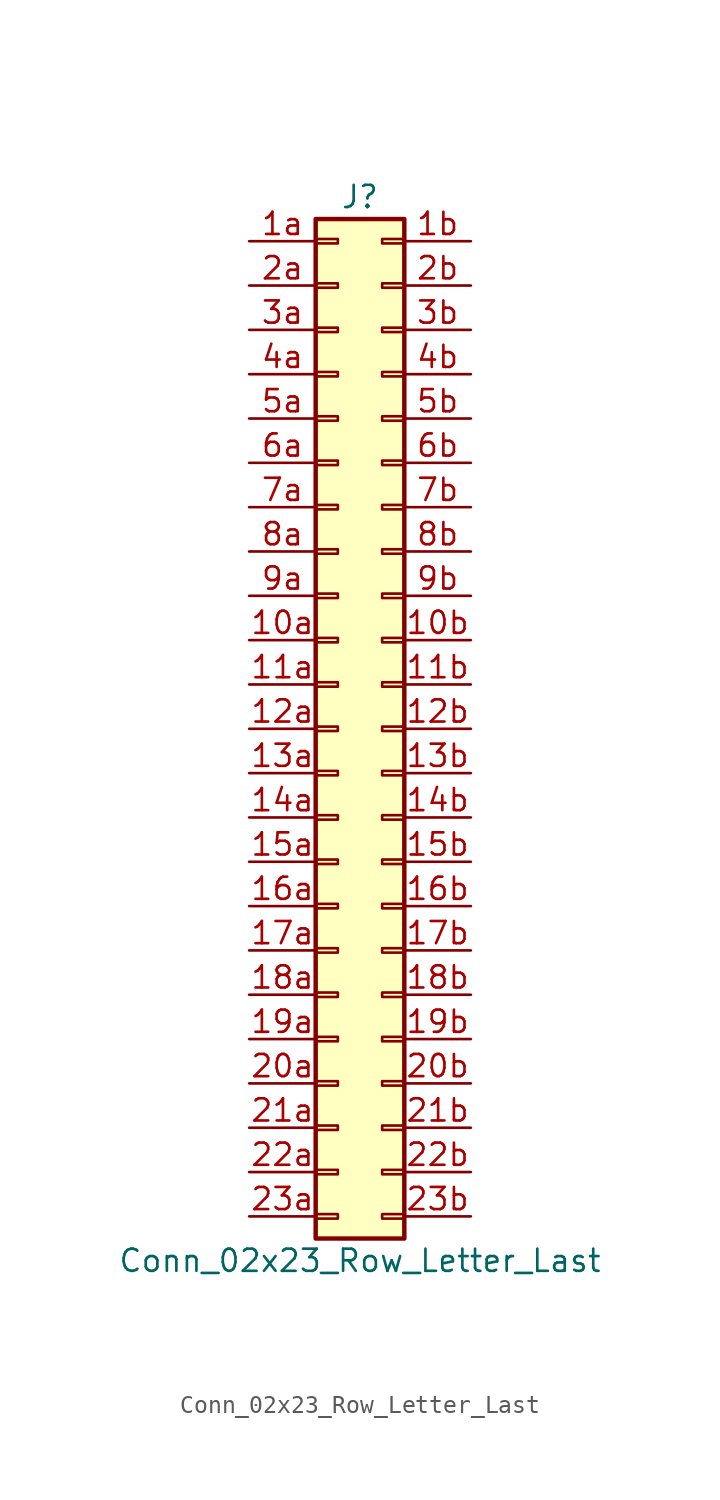
<source format=kicad_sym>
(kicad_symbol_lib
  (version 20211014)
  (generator kicad_symbol_editor)
  (symbol "Conn_02x23_Row_Letter_Last"
    (pin_names
      (offset 1.016) hide)
    (property "Reference" "J"
      (at 1.27 30.48 0)
      (effects (font (size 1.27 1.27))))
    (property "Value" "Conn_02x23_Row_Letter_Last"
      (at 1.27 -30.48 0)
      (effects (font (size 1.27 1.27))))
    (symbol "Conn_02x23_Row_Letter_Last_1_1"
      (rectangle (start -1.27 -27.813) (end 0 -28.067) (stroke (width 0.152) (type default) (color 0 0 0 0)) (fill (type none)))
      (rectangle (start -1.27 -25.273) (end 0 -25.527) (stroke (width 0.152) (type default) (color 0 0 0 0)) (fill (type none)))
      (rectangle (start -1.27 -22.733) (end 0 -22.987) (stroke (width 0.152) (type default) (color 0 0 0 0)) (fill (type none)))
      (rectangle (start -1.27 -20.193) (end 0 -20.447) (stroke (width 0.152) (type default) (color 0 0 0 0)) (fill (type none)))
      (rectangle (start -1.27 -17.653) (end 0 -17.907) (stroke (width 0.152) (type default) (color 0 0 0 0)) (fill (type none)))
      (rectangle (start -1.27 -15.113) (end 0 -15.367) (stroke (width 0.152) (type default) (color 0 0 0 0)) (fill (type none)))
      (rectangle (start -1.27 -12.573) (end 0 -12.827) (stroke (width 0.152) (type default) (color 0 0 0 0)) (fill (type none)))
      (rectangle (start -1.27 -10.033) (end 0 -10.287) (stroke (width 0.152) (type default) (color 0 0 0 0)) (fill (type none)))
      (rectangle (start -1.27 -7.493) (end 0 -7.747) (stroke (width 0.152) (type default) (color 0 0 0 0)) (fill (type none)))
      (rectangle (start -1.27 -4.953) (end 0 -5.207) (stroke (width 0.152) (type default) (color 0 0 0 0)) (fill (type none)))
      (rectangle (start -1.27 -2.413) (end 0 -2.667) (stroke (width 0.152) (type default) (color 0 0 0 0)) (fill (type none)))
      (rectangle (start -1.27 0.127) (end 0 -0.127) (stroke (width 0.152) (type default) (color 0 0 0 0)) (fill (type none)))
      (rectangle (start -1.27 2.667) (end 0 2.413) (stroke (width 0.152) (type default) (color 0 0 0 0)) (fill (type none)))
      (rectangle (start -1.27 5.207) (end 0 4.953) (stroke (width 0.152) (type default) (color 0 0 0 0)) (fill (type none)))
      (rectangle (start -1.27 7.747) (end 0 7.493) (stroke (width 0.152) (type default) (color 0 0 0 0)) (fill (type none)))
      (rectangle (start -1.27 10.287) (end 0 10.033) (stroke (width 0.152) (type default) (color 0 0 0 0)) (fill (type none)))
      (rectangle (start -1.27 12.827) (end 0 12.573) (stroke (width 0.152) (type default) (color 0 0 0 0)) (fill (type none)))
      (rectangle (start -1.27 15.367) (end 0 15.113) (stroke (width 0.152) (type default) (color 0 0 0 0)) (fill (type none)))
      (rectangle (start -1.27 17.907) (end 0 17.653) (stroke (width 0.152) (type default) (color 0 0 0 0)) (fill (type none)))
      (rectangle (start -1.27 20.447) (end 0 20.193) (stroke (width 0.152) (type default) (color 0 0 0 0)) (fill (type none)))
      (rectangle (start -1.27 22.987) (end 0 22.733) (stroke (width 0.152) (type default) (color 0 0 0 0)) (fill (type none)))
      (rectangle (start -1.27 25.527) (end 0 25.273) (stroke (width 0.152) (type default) (color 0 0 0 0)) (fill (type none)))
      (rectangle (start -1.27 28.067) (end 0 27.813) (stroke (width 0.152) (type default) (color 0 0 0 0)) (fill (type none)))
      (rectangle (start -1.27 29.21) (end 3.81 -29.21) (stroke (width 0.254) (type default) (color 0 0 0 0)) (fill (type background)))
      (rectangle (start 3.81 -27.813) (end 2.54 -28.067) (stroke (width 0.152) (type default) (color 0 0 0 0)) (fill (type none)))
      (rectangle (start 3.81 -25.273) (end 2.54 -25.527) (stroke (width 0.152) (type default) (color 0 0 0 0)) (fill (type none)))
      (rectangle (start 3.81 -22.733) (end 2.54 -22.987) (stroke (width 0.152) (type default) (color 0 0 0 0)) (fill (type none)))
      (rectangle (start 3.81 -20.193) (end 2.54 -20.447) (stroke (width 0.152) (type default) (color 0 0 0 0)) (fill (type none)))
      (rectangle (start 3.81 -17.653) (end 2.54 -17.907) (stroke (width 0.152) (type default) (color 0 0 0 0)) (fill (type none)))
      (rectangle (start 3.81 -15.113) (end 2.54 -15.367) (stroke (width 0.152) (type default) (color 0 0 0 0)) (fill (type none)))
      (rectangle (start 3.81 -12.573) (end 2.54 -12.827) (stroke (width 0.152) (type default) (color 0 0 0 0)) (fill (type none)))
      (rectangle (start 3.81 -10.033) (end 2.54 -10.287) (stroke (width 0.152) (type default) (color 0 0 0 0)) (fill (type none)))
      (rectangle (start 3.81 -7.493) (end 2.54 -7.747) (stroke (width 0.152) (type default) (color 0 0 0 0)) (fill (type none)))
      (rectangle (start 3.81 -4.953) (end 2.54 -5.207) (stroke (width 0.152) (type default) (color 0 0 0 0)) (fill (type none)))
      (rectangle (start 3.81 -2.413) (end 2.54 -2.667) (stroke (width 0.152) (type default) (color 0 0 0 0)) (fill (type none)))
      (rectangle (start 3.81 0.127) (end 2.54 -0.127) (stroke (width 0.152) (type default) (color 0 0 0 0)) (fill (type none)))
      (rectangle (start 3.81 2.667) (end 2.54 2.413) (stroke (width 0.152) (type default) (color 0 0 0 0)) (fill (type none)))
      (rectangle (start 3.81 5.207) (end 2.54 4.953) (stroke (width 0.152) (type default) (color 0 0 0 0)) (fill (type none)))
      (rectangle (start 3.81 7.747) (end 2.54 7.493) (stroke (width 0.152) (type default) (color 0 0 0 0)) (fill (type none)))
      (rectangle (start 3.81 10.287) (end 2.54 10.033) (stroke (width 0.152) (type default) (color 0 0 0 0)) (fill (type none)))
      (rectangle (start 3.81 12.827) (end 2.54 12.573) (stroke (width 0.152) (type default) (color 0 0 0 0)) (fill (type none)))
      (rectangle (start 3.81 15.367) (end 2.54 15.113) (stroke (width 0.152) (type default) (color 0 0 0 0)) (fill (type none)))
      (rectangle (start 3.81 17.907) (end 2.54 17.653) (stroke (width 0.152) (type default) (color 0 0 0 0)) (fill (type none)))
      (rectangle (start 3.81 20.447) (end 2.54 20.193) (stroke (width 0.152) (type default) (color 0 0 0 0)) (fill (type none)))
      (rectangle (start 3.81 22.987) (end 2.54 22.733) (stroke (width 0.152) (type default) (color 0 0 0 0)) (fill (type none)))
      (rectangle (start 3.81 25.527) (end 2.54 25.273) (stroke (width 0.152) (type default) (color 0 0 0 0)) (fill (type none)))
      (rectangle (start 3.81 28.067) (end 2.54 27.813) (stroke (width 0.152) (type default) (color 0 0 0 0)) (fill (type none)))
      (pin passive line (at -5.08 5.08 0) (length 3.81) (name "Pin_10a" (effects (font (size 1.27 1.27)))) (number "10a" (effects (font (size 1.27 1.27)))))
      (pin passive line (at 7.62 5.08 180) (length 3.81) (name "Pin_10b" (effects (font (size 1.27 1.27)))) (number "10b" (effects (font (size 1.27 1.27)))))
      (pin passive line (at -5.08 2.54 0) (length 3.81) (name "Pin_11a" (effects (font (size 1.27 1.27)))) (number "11a" (effects (font (size 1.27 1.27)))))
      (pin passive line (at 7.62 2.54 180) (length 3.81) (name "Pin_11b" (effects (font (size 1.27 1.27)))) (number "11b" (effects (font (size 1.27 1.27)))))
      (pin passive line (at -5.08 0 0) (length 3.81) (name "Pin_12a" (effects (font (size 1.27 1.27)))) (number "12a" (effects (font (size 1.27 1.27)))))
      (pin passive line (at 7.62 0 180) (length 3.81) (name "Pin_12b" (effects (font (size 1.27 1.27)))) (number "12b" (effects (font (size 1.27 1.27)))))
      (pin passive line (at -5.08 -2.54 0) (length 3.81) (name "Pin_13a" (effects (font (size 1.27 1.27)))) (number "13a" (effects (font (size 1.27 1.27)))))
      (pin passive line (at 7.62 -2.54 180) (length 3.81) (name "Pin_13b" (effects (font (size 1.27 1.27)))) (number "13b" (effects (font (size 1.27 1.27)))))
      (pin passive line (at -5.08 -5.08 0) (length 3.81) (name "Pin_14a" (effects (font (size 1.27 1.27)))) (number "14a" (effects (font (size 1.27 1.27)))))
      (pin passive line (at 7.62 -5.08 180) (length 3.81) (name "Pin_14b" (effects (font (size 1.27 1.27)))) (number "14b" (effects (font (size 1.27 1.27)))))
      (pin passive line (at -5.08 -7.62 0) (length 3.81) (name "Pin_15a" (effects (font (size 1.27 1.27)))) (number "15a" (effects (font (size 1.27 1.27)))))
      (pin passive line (at 7.62 -7.62 180) (length 3.81) (name "Pin_15b" (effects (font (size 1.27 1.27)))) (number "15b" (effects (font (size 1.27 1.27)))))
      (pin passive line (at -5.08 -10.16 0) (length 3.81) (name "Pin_16a" (effects (font (size 1.27 1.27)))) (number "16a" (effects (font (size 1.27 1.27)))))
      (pin passive line (at 7.62 -10.16 180) (length 3.81) (name "Pin_16b" (effects (font (size 1.27 1.27)))) (number "16b" (effects (font (size 1.27 1.27)))))
      (pin passive line (at -5.08 -12.7 0) (length 3.81) (name "Pin_17a" (effects (font (size 1.27 1.27)))) (number "17a" (effects (font (size 1.27 1.27)))))
      (pin passive line (at 7.62 -12.7 180) (length 3.81) (name "Pin_17b" (effects (font (size 1.27 1.27)))) (number "17b" (effects (font (size 1.27 1.27)))))
      (pin passive line (at -5.08 -15.24 0) (length 3.81) (name "Pin_18a" (effects (font (size 1.27 1.27)))) (number "18a" (effects (font (size 1.27 1.27)))))
      (pin passive line (at 7.62 -15.24 180) (length 3.81) (name "Pin_18b" (effects (font (size 1.27 1.27)))) (number "18b" (effects (font (size 1.27 1.27)))))
      (pin passive line (at -5.08 -17.78 0) (length 3.81) (name "Pin_19a" (effects (font (size 1.27 1.27)))) (number "19a" (effects (font (size 1.27 1.27)))))
      (pin passive line (at 7.62 -17.78 180) (length 3.81) (name "Pin_19b" (effects (font (size 1.27 1.27)))) (number "19b" (effects (font (size 1.27 1.27)))))
      (pin passive line (at -5.08 27.94 0) (length 3.81) (name "Pin_1a" (effects (font (size 1.27 1.27)))) (number "1a" (effects (font (size 1.27 1.27)))))
      (pin passive line (at 7.62 27.94 180) (length 3.81) (name "Pin_1b" (effects (font (size 1.27 1.27)))) (number "1b" (effects (font (size 1.27 1.27)))))
      (pin passive line (at -5.08 -20.32 0) (length 3.81) (name "Pin_20a" (effects (font (size 1.27 1.27)))) (number "20a" (effects (font (size 1.27 1.27)))))
      (pin passive line (at 7.62 -20.32 180) (length 3.81) (name "Pin_20b" (effects (font (size 1.27 1.27)))) (number "20b" (effects (font (size 1.27 1.27)))))
      (pin passive line (at -5.08 -22.86 0) (length 3.81) (name "Pin_21a" (effects (font (size 1.27 1.27)))) (number "21a" (effects (font (size 1.27 1.27)))))
      (pin passive line (at 7.62 -22.86 180) (length 3.81) (name "Pin_21b" (effects (font (size 1.27 1.27)))) (number "21b" (effects (font (size 1.27 1.27)))))
      (pin passive line (at -5.08 -25.4 0) (length 3.81) (name "Pin_22a" (effects (font (size 1.27 1.27)))) (number "22a" (effects (font (size 1.27 1.27)))))
      (pin passive line (at 7.62 -25.4 180) (length 3.81) (name "Pin_22b" (effects (font (size 1.27 1.27)))) (number "22b" (effects (font (size 1.27 1.27)))))
      (pin passive line (at -5.08 -27.94 0) (length 3.81) (name "Pin_23a" (effects (font (size 1.27 1.27)))) (number "23a" (effects (font (size 1.27 1.27)))))
      (pin passive line (at 7.62 -27.94 180) (length 3.81) (name "Pin_23b" (effects (font (size 1.27 1.27)))) (number "23b" (effects (font (size 1.27 1.27)))))
      (pin passive line (at -5.08 25.4 0) (length 3.81) (name "Pin_2a" (effects (font (size 1.27 1.27)))) (number "2a" (effects (font (size 1.27 1.27)))))
      (pin passive line (at 7.62 25.4 180) (length 3.81) (name "Pin_2b" (effects (font (size 1.27 1.27)))) (number "2b" (effects (font (size 1.27 1.27)))))
      (pin passive line (at -5.08 22.86 0) (length 3.81) (name "Pin_3a" (effects (font (size 1.27 1.27)))) (number "3a" (effects (font (size 1.27 1.27)))))
      (pin passive line (at 7.62 22.86 180) (length 3.81) (name "Pin_3b" (effects (font (size 1.27 1.27)))) (number "3b" (effects (font (size 1.27 1.27)))))
      (pin passive line (at -5.08 20.32 0) (length 3.81) (name "Pin_4a" (effects (font (size 1.27 1.27)))) (number "4a" (effects (font (size 1.27 1.27)))))
      (pin passive line (at 7.62 20.32 180) (length 3.81) (name "Pin_4b" (effects (font (size 1.27 1.27)))) (number "4b" (effects (font (size 1.27 1.27)))))
      (pin passive line (at -5.08 17.78 0) (length 3.81) (name "Pin_5a" (effects (font (size 1.27 1.27)))) (number "5a" (effects (font (size 1.27 1.27)))))
      (pin passive line (at 7.62 17.78 180) (length 3.81) (name "Pin_5b" (effects (font (size 1.27 1.27)))) (number "5b" (effects (font (size 1.27 1.27)))))
      (pin passive line (at -5.08 15.24 0) (length 3.81) (name "Pin_6a" (effects (font (size 1.27 1.27)))) (number "6a" (effects (font (size 1.27 1.27)))))
      (pin passive line (at 7.62 15.24 180) (length 3.81) (name "Pin_6b" (effects (font (size 1.27 1.27)))) (number "6b" (effects (font (size 1.27 1.27)))))
      (pin passive line (at -5.08 12.7 0) (length 3.81) (name "Pin_7a" (effects (font (size 1.27 1.27)))) (number "7a" (effects (font (size 1.27 1.27)))))
      (pin passive line (at 7.62 12.7 180) (length 3.81) (name "Pin_7b" (effects (font (size 1.27 1.27)))) (number "7b" (effects (font (size 1.27 1.27)))))
      (pin passive line (at -5.08 10.16 0) (length 3.81) (name "Pin_8a" (effects (font (size 1.27 1.27)))) (number "8a" (effects (font (size 1.27 1.27)))))
      (pin passive line (at 7.62 10.16 180) (length 3.81) (name "Pin_8b" (effects (font (size 1.27 1.27)))) (number "8b" (effects (font (size 1.27 1.27)))))
      (pin passive line (at -5.08 7.62 0) (length 3.81) (name "Pin_9a" (effects (font (size 1.27 1.27)))) (number "9a" (effects (font (size 1.27 1.27)))))
      (pin passive line (at 7.62 7.62 180) (length 3.81) (name "Pin_9b" (effects (font (size 1.27 1.27)))) (number "9b" (effects (font (size 1.27 1.27))))))))
</source>
